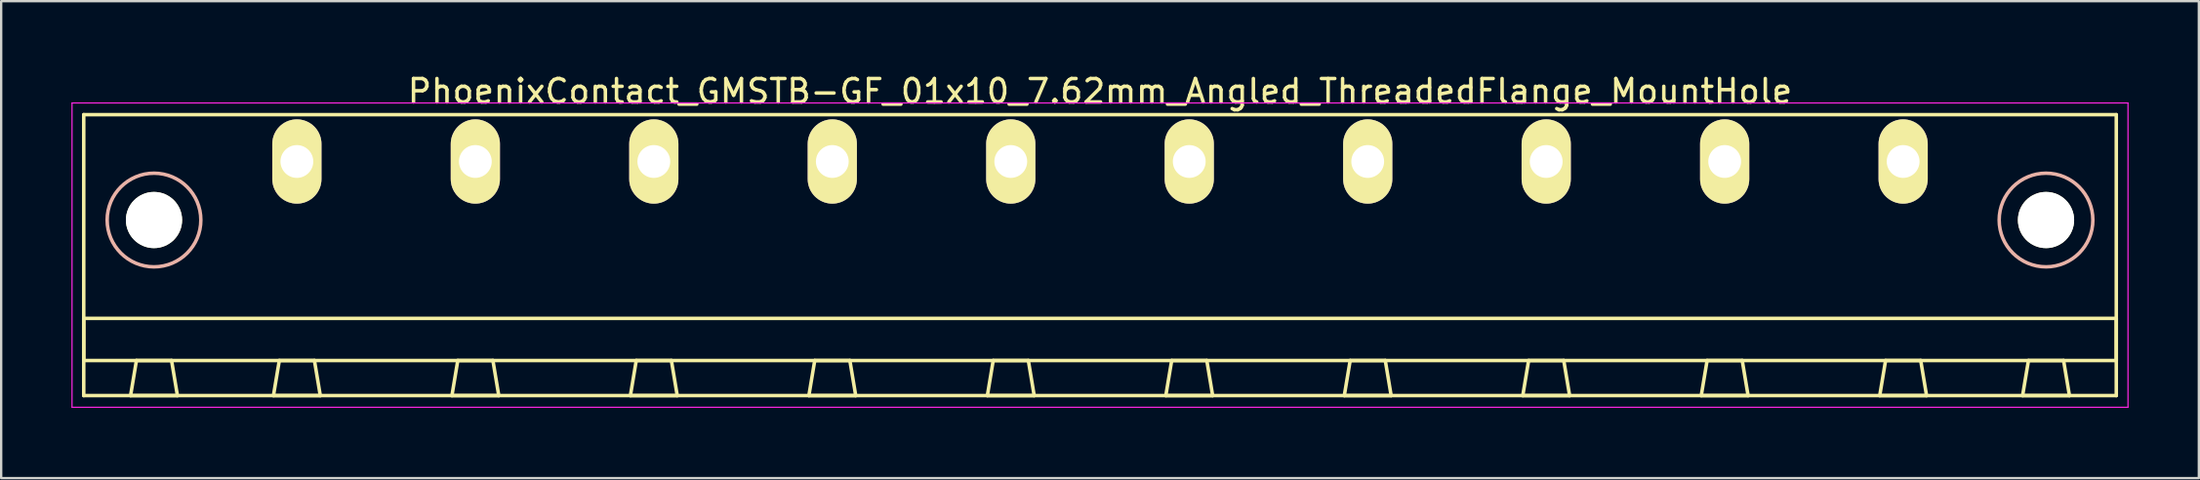
<source format=kicad_pcb>
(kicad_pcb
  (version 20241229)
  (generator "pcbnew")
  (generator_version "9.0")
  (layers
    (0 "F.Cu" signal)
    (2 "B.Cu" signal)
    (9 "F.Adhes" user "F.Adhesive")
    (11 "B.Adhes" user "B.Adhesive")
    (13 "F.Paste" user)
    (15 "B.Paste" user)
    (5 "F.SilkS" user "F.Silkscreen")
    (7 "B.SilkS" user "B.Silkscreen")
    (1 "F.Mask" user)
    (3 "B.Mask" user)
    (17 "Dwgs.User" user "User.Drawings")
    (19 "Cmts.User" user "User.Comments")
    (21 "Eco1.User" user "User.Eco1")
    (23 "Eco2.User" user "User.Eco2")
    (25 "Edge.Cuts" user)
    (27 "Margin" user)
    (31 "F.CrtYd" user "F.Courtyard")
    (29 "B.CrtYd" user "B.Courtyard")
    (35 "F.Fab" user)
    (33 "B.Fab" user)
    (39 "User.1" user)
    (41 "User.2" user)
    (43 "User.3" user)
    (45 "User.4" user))
  (footprint "PhoenixContact_GMSTB-GF_01x10_7.62mm_Angled_ThreadedFlange_MountHole"
    (layer "F.Cu")
    (at 9.625 3.848)
    (property "Reference" "PhoenixContact_GMSTB-GF_01x10_7.62mm_Angled_ThreadedFlange_MountHole" (at 34.29 -3 0) (layer "F.SilkS") (effects (font (size 1 1) (thickness 0.15))))
    (attr through_hole)
    (fp_line (start -9.1 -2) (end -9.1 10) (stroke (width 0.15) (type solid)) (layer "F.SilkS"))
    (fp_line (start -9.1 6.7) (end 77.68 6.7) (stroke (width 0.15) (type solid)) (layer "F.SilkS"))
    (fp_line (start -9.1 8.5) (end -9.1 6.7) (stroke (width 0.15) (type solid)) (layer "F.SilkS"))
    (fp_line (start -9.1 10) (end 77.68 10) (stroke (width 0.15) (type solid)) (layer "F.SilkS"))
    (fp_line (start -7.1 10) (end -5.1 10) (stroke (width 0.15) (type solid)) (layer "F.SilkS"))
    (fp_line (start -6.85 8.5) (end -7.1 10) (stroke (width 0.15) (type solid)) (layer "F.SilkS"))
    (fp_line (start -5.35 8.5) (end -6.85 8.5) (stroke (width 0.15) (type solid)) (layer "F.SilkS"))
    (fp_line (start -5.1 10) (end -5.35 8.5) (stroke (width 0.15) (type solid)) (layer "F.SilkS"))
    (fp_line (start -1 10) (end 1 10) (stroke (width 0.15) (type solid)) (layer "F.SilkS"))
    (fp_line (start -0.75 8.5) (end -1 10) (stroke (width 0.15) (type solid)) (layer "F.SilkS"))
    (fp_line (start 0.75 8.5) (end -0.75 8.5) (stroke (width 0.15) (type solid)) (layer "F.SilkS"))
    (fp_line (start 1 10) (end 0.75 8.5) (stroke (width 0.15) (type solid)) (layer "F.SilkS"))
    (fp_line (start 6.62 10) (end 8.62 10) (stroke (width 0.15) (type solid)) (layer "F.SilkS"))
    (fp_line (start 6.87 8.5) (end 6.62 10) (stroke (width 0.15) (type solid)) (layer "F.SilkS"))
    (fp_line (start 8.37 8.5) (end 6.87 8.5) (stroke (width 0.15) (type solid)) (layer "F.SilkS"))
    (fp_line (start 8.62 10) (end 8.37 8.5) (stroke (width 0.15) (type solid)) (layer "F.SilkS"))
    (fp_line (start 14.24 10) (end 16.24 10) (stroke (width 0.15) (type solid)) (layer "F.SilkS"))
    (fp_line (start 14.49 8.5) (end 14.24 10) (stroke (width 0.15) (type solid)) (layer "F.SilkS"))
    (fp_line (start 15.99 8.5) (end 14.49 8.5) (stroke (width 0.15) (type solid)) (layer "F.SilkS"))
    (fp_line (start 16.24 10) (end 15.99 8.5) (stroke (width 0.15) (type solid)) (layer "F.SilkS"))
    (fp_line (start 21.86 10) (end 23.86 10) (stroke (width 0.15) (type solid)) (layer "F.SilkS"))
    (fp_line (start 22.11 8.5) (end 21.86 10) (stroke (width 0.15) (type solid)) (layer "F.SilkS"))
    (fp_line (start 23.61 8.5) (end 22.11 8.5) (stroke (width 0.15) (type solid)) (layer "F.SilkS"))
    (fp_line (start 23.86 10) (end 23.61 8.5) (stroke (width 0.15) (type solid)) (layer "F.SilkS"))
    (fp_line (start 29.48 10) (end 31.48 10) (stroke (width 0.15) (type solid)) (layer "F.SilkS"))
    (fp_line (start 29.73 8.5) (end 29.48 10) (stroke (width 0.15) (type solid)) (layer "F.SilkS"))
    (fp_line (start 31.23 8.5) (end 29.73 8.5) (stroke (width 0.15) (type solid)) (layer "F.SilkS"))
    (fp_line (start 31.48 10) (end 31.23 8.5) (stroke (width 0.15) (type solid)) (layer "F.SilkS"))
    (fp_line (start 37.1 10) (end 39.1 10) (stroke (width 0.15) (type solid)) (layer "F.SilkS"))
    (fp_line (start 37.35 8.5) (end 37.1 10) (stroke (width 0.15) (type solid)) (layer "F.SilkS"))
    (fp_line (start 38.85 8.5) (end 37.35 8.5) (stroke (width 0.15) (type solid)) (layer "F.SilkS"))
    (fp_line (start 39.1 10) (end 38.85 8.5) (stroke (width 0.15) (type solid)) (layer "F.SilkS"))
    (fp_line (start 44.72 10) (end 46.72 10) (stroke (width 0.15) (type solid)) (layer "F.SilkS"))
    (fp_line (start 44.97 8.5) (end 44.72 10) (stroke (width 0.15) (type solid)) (layer "F.SilkS"))
    (fp_line (start 46.47 8.5) (end 44.97 8.5) (stroke (width 0.15) (type solid)) (layer "F.SilkS"))
    (fp_line (start 46.72 10) (end 46.47 8.5) (stroke (width 0.15) (type solid)) (layer "F.SilkS"))
    (fp_line (start 52.34 10) (end 54.34 10) (stroke (width 0.15) (type solid)) (layer "F.SilkS"))
    (fp_line (start 52.59 8.5) (end 52.34 10) (stroke (width 0.15) (type solid)) (layer "F.SilkS"))
    (fp_line (start 54.09 8.5) (end 52.59 8.5) (stroke (width 0.15) (type solid)) (layer "F.SilkS"))
    (fp_line (start 54.34 10) (end 54.09 8.5) (stroke (width 0.15) (type solid)) (layer "F.SilkS"))
    (fp_line (start 59.96 10) (end 61.96 10) (stroke (width 0.15) (type solid)) (layer "F.SilkS"))
    (fp_line (start 60.21 8.5) (end 59.96 10) (stroke (width 0.15) (type solid)) (layer "F.SilkS"))
    (fp_line (start 61.71 8.5) (end 60.21 8.5) (stroke (width 0.15) (type solid)) (layer "F.SilkS"))
    (fp_line (start 61.96 10) (end 61.71 8.5) (stroke (width 0.15) (type solid)) (layer "F.SilkS"))
    (fp_line (start 67.58 10) (end 69.58 10) (stroke (width 0.15) (type solid)) (layer "F.SilkS"))
    (fp_line (start 67.83 8.5) (end 67.58 10) (stroke (width 0.15) (type solid)) (layer "F.SilkS"))
    (fp_line (start 69.33 8.5) (end 67.83 8.5) (stroke (width 0.15) (type solid)) (layer "F.SilkS"))
    (fp_line (start 69.58 10) (end 69.33 8.5) (stroke (width 0.15) (type solid)) (layer "F.SilkS"))
    (fp_line (start 73.68 10) (end 75.68 10) (stroke (width 0.15) (type solid)) (layer "F.SilkS"))
    (fp_line (start 73.93 8.5) (end 73.68 10) (stroke (width 0.15) (type solid)) (layer "F.SilkS"))
    (fp_line (start 75.43 8.5) (end 73.93 8.5) (stroke (width 0.15) (type solid)) (layer "F.SilkS"))
    (fp_line (start 75.68 10) (end 75.43 8.5) (stroke (width 0.15) (type solid)) (layer "F.SilkS"))
    (fp_line (start 77.68 -2) (end -9.1 -2) (stroke (width 0.15) (type solid)) (layer "F.SilkS"))
    (fp_line (start 77.68 6.7) (end 77.68 8.5) (stroke (width 0.15) (type solid)) (layer "F.SilkS"))
    (fp_line (start 77.68 8.5) (end -9.1 8.5) (stroke (width 0.15) (type solid)) (layer "F.SilkS"))
    (fp_line (start 77.68 10) (end 77.68 -2) (stroke (width 0.15) (type solid)) (layer "F.SilkS"))
    (fp_circle (center -6.1 2.5) (end -4.1 2.5) (stroke (width 0.15) (type solid)) (fill no) (layer "B.SilkS"))
    (fp_circle (center 74.68 2.5) (end 76.68 2.5) (stroke (width 0.15) (type solid)) (fill no) (layer "B.SilkS"))
    (fp_line (start -9.6 -2.5) (end -9.6 10.5) (stroke (width 0.05) (type solid)) (layer "F.CrtYd"))
    (fp_line (start -9.6 10.5) (end 78.18 10.5) (stroke (width 0.05) (type solid)) (layer "F.CrtYd"))
    (fp_line (start 78.18 -2.5) (end -9.6 -2.5) (stroke (width 0.05) (type solid)) (layer "F.CrtYd"))
    (fp_line (start 78.18 10.5) (end 78.18 -2.5) (stroke (width 0.05) (type solid)) (layer "F.CrtYd"))
    (pad "" np_thru_hole circle (at -6.1 2.5) (size 2.4 2.4) (drill 2.4) (layers "*.Cu" "*.Mask" "F.SilkS"))
    (pad "" np_thru_hole circle (at 74.68 2.5) (size 2.4 2.4) (drill 2.4) (layers "*.Cu" "*.Mask" "F.SilkS"))
    (pad "1" thru_hole oval (at 0 0) (size 2.1 3.6) (drill 1.4) (layers "*.Cu" "*.Mask" "F.SilkS"))
    (pad "2" thru_hole oval (at 7.62 0) (size 2.1 3.6) (drill 1.4) (layers "*.Cu" "*.Mask" "F.SilkS"))
    (pad "3" thru_hole oval (at 15.24 0) (size 2.1 3.6) (drill 1.4) (layers "*.Cu" "*.Mask" "F.SilkS"))
    (pad "4" thru_hole oval (at 22.86 0) (size 2.1 3.6) (drill 1.4) (layers "*.Cu" "*.Mask" "F.SilkS"))
    (pad "5" thru_hole oval (at 30.48 0) (size 2.1 3.6) (drill 1.4) (layers "*.Cu" "*.Mask" "F.SilkS"))
    (pad "6" thru_hole oval (at 38.1 0) (size 2.1 3.6) (drill 1.4) (layers "*.Cu" "*.Mask" "F.SilkS"))
    (pad "7" thru_hole oval (at 45.72 0) (size 2.1 3.6) (drill 1.4) (layers "*.Cu" "*.Mask" "F.SilkS"))
    (pad "8" thru_hole oval (at 53.34 0) (size 2.1 3.6) (drill 1.4) (layers "*.Cu" "*.Mask" "F.SilkS"))
    (pad "9" thru_hole oval (at 60.96 0) (size 2.1 3.6) (drill 1.4) (layers "*.Cu" "*.Mask" "F.SilkS"))
    (pad "10" thru_hole oval (at 68.58 0) (size 2.1 3.6) (drill 1.4) (layers "*.Cu" "*.Mask" "F.SilkS")))
  (gr_rect
    (start -3 -3)
    (end 90.83 17.373)
    (stroke (width 0.1) (type default))
    (fill no)
    (layer "Edge.Cuts")))
</source>
